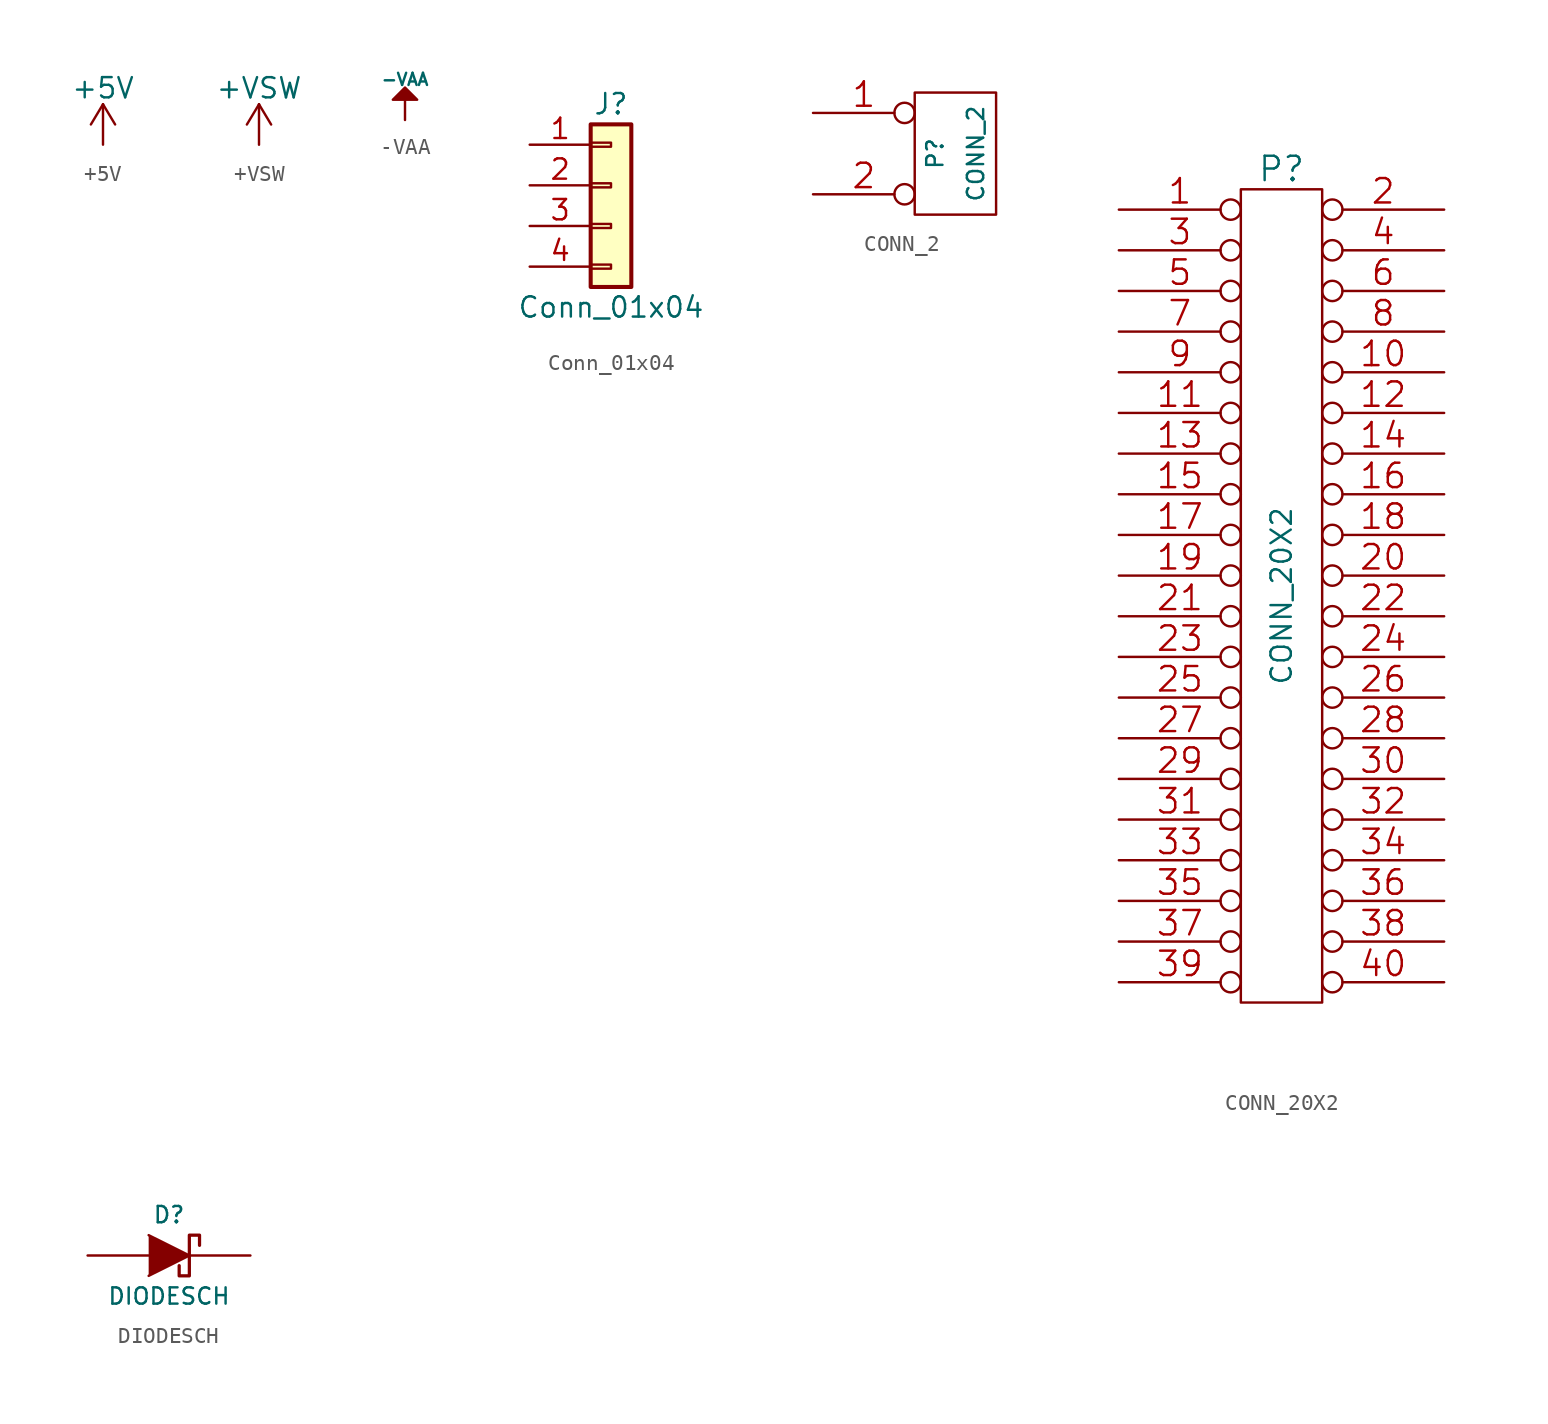
<source format=kicad_sym>
(kicad_symbol_lib
  (version 20210619)
  (generator kicad_symbol_editor)
  (symbol "tinkerforge:+5V"
    (power)
    (pin_names
      (offset 0))
    (property "Reference" "#PWR"
      (at 0 -3.81 0)
      (effects (font (size 1.27 1.27)) hide))
    (property "Value" "+5V"
      (at 0 3.556 0)
      (effects (font (size 1.27 1.27))))
    (property "Footprint" ""
      (at 0 0 0)
      (effects (font (size 1.27 1.27))))
    (property "Datasheet" ""
      (at 0 0 0)
      (effects (font (size 1.27 1.27))))
    (symbol "+5V_0_1"
      (polyline (pts (xy -0.762 1.27) (xy 0 2.54)) (stroke (width 0)) (fill (type none)))
      (polyline (pts (xy 0 0) (xy 0 2.54)) (stroke (width 0)) (fill (type none)))
      (polyline (pts (xy 0 2.54) (xy 0.762 1.27)) (stroke (width 0)) (fill (type none))))
    (symbol "+5V_1_1"
      (pin power_in line (at 0 0 90) (length 0) hide (name "+5V" (effects (font (size 1.27 1.27)))) (number "1" (effects (font (size 1.27 1.27)))))))
  (symbol "tinkerforge:+VSW"
    (power)
    (pin_names
      (offset 0))
    (property "Reference" "#PWR"
      (at 0 -3.81 0)
      (effects (font (size 1.27 1.27)) hide))
    (property "Value" "+VSW"
      (at 0 3.556 0)
      (effects (font (size 1.27 1.27))))
    (symbol "+VSW_0_1"
      (polyline (pts (xy -0.762 1.27) (xy 0 2.54)) (stroke (width 0)) (fill (type none)))
      (polyline (pts (xy 0 0) (xy 0 2.54)) (stroke (width 0)) (fill (type none)))
      (polyline (pts (xy 0 2.54) (xy 0.762 1.27)) (stroke (width 0)) (fill (type none))))
    (symbol "+VSW_1_1"
      (pin power_in line (at 0 0 90) (length 0) hide (name "+VSW" (effects (font (size 1.27 1.27)))) (number "1" (effects (font (size 1.27 1.27)))))))
  (symbol "tinkerforge:-VAA"
    (power)
    (pin_names
      (offset 0))
    (property "Reference" "#PWR"
      (at 0 2.54 0)
      (effects (font (size 0.508 0.508)) hide))
    (property "Value" "-VAA"
      (at 0 2.54 0)
      (effects (font (size 0.762 0.762))))
    (property "Footprint" ""
      (at 0 0 0)
      (effects (font (size 1.524 1.524))))
    (property "Datasheet" ""
      (at 0 0 0)
      (effects (font (size 1.524 1.524))))
    (symbol "-VAA_0_0"
      (pin power_in line (at 0 0 90) (length 0) hide (name "-VAA" (effects (font (size 0.508 0.508)))) (number "1" (effects (font (size 0.508 0.508))))))
    (symbol "-VAA_0_1"
      (polyline (pts (xy 0 0) (xy 0 1.27) (xy 0 1.27)) (stroke (width 0)) (fill (type none)))
      (polyline (pts (xy 0 2.032) (xy 0.762 1.27) (xy -0.508 1.27) (xy -0.762 1.27) (xy 0 2.032) (xy 0 2.032) (xy 0 2.032)) (stroke (width 0)) (fill (type outline)))))
  (symbol "tinkerforge:Conn_01x04"
    (pin_names
      (offset 1.016) hide)
    (property "Reference" "J"
      (at 0 5.08 0)
      (effects (font (size 1.27 1.27))))
    (property "Value" "Conn_01x04"
      (at 0 -7.62 0)
      (effects (font (size 1.27 1.27))))
    (symbol "Conn_01x04_1_1"
      (rectangle (start -1.27 -4.953) (end 0 -5.207) (stroke (width 0.152)) (fill (type none)))
      (rectangle (start -1.27 -2.413) (end 0 -2.667) (stroke (width 0.152)) (fill (type none)))
      (rectangle (start -1.27 0.127) (end 0 -0.127) (stroke (width 0.152)) (fill (type none)))
      (rectangle (start -1.27 2.667) (end 0 2.413) (stroke (width 0.152)) (fill (type none)))
      (rectangle (start -1.27 3.81) (end 1.27 -6.35) (stroke (width 0.254)) (fill (type background)))
      (pin passive line (at -5.08 2.54 0) (length 3.81) (name "Pin_1" (effects (font (size 1.27 1.27)))) (number "1" (effects (font (size 1.27 1.27)))))
      (pin passive line (at -5.08 0 0) (length 3.81) (name "Pin_2" (effects (font (size 1.27 1.27)))) (number "2" (effects (font (size 1.27 1.27)))))
      (pin passive line (at -5.08 -2.54 0) (length 3.81) (name "Pin_3" (effects (font (size 1.27 1.27)))) (number "3" (effects (font (size 1.27 1.27)))))
      (pin passive line (at -5.08 -5.08 0) (length 3.81) (name "Pin_4" (effects (font (size 1.27 1.27)))) (number "4" (effects (font (size 1.27 1.27)))))))
  (symbol "tinkerforge:CONN_2"
    (pin_names
      (offset 1.016) hide)
    (property "Reference" "P"
      (at -1.27 0 90)
      (effects (font (size 1.016 1.016))))
    (property "Value" "CONN_2"
      (at 1.27 0 90)
      (effects (font (size 1.016 1.016))))
    (property "Footprint" ""
      (at 0 0 0)
      (effects (font (size 1.524 1.524))))
    (property "Datasheet" ""
      (at 0 0 0)
      (effects (font (size 1.524 1.524))))
    (symbol "CONN_2_0_1"
      (rectangle (start -2.54 3.81) (end 2.54 -3.81) (stroke (width 0)) (fill (type none))))
    (symbol "CONN_2_1_1"
      (pin passive inverted (at -8.89 2.54 0) (length 6.35) (name "P1" (effects (font (size 1.524 1.524)))) (number "1" (effects (font (size 1.524 1.524)))))
      (pin passive inverted (at -8.89 -2.54 0) (length 6.35) (name "PM" (effects (font (size 1.524 1.524)))) (number "2" (effects (font (size 1.524 1.524)))))))
  (symbol "tinkerforge:CONN_20X2"
    (pin_names
      (offset 0.254) hide)
    (property "Reference" "P"
      (at 0 26.67 0)
      (effects (font (size 1.524 1.524))))
    (property "Value" "CONN_20X2"
      (at 0 0 90)
      (effects (font (size 1.27 1.27))))
    (property "Footprint" ""
      (at 0 0 0)
      (effects (font (size 1.524 1.524))))
    (property "Datasheet" ""
      (at 0 0 0)
      (effects (font (size 1.524 1.524))))
    (symbol "CONN_20X2_0_1"
      (rectangle (start -2.54 25.4) (end 2.54 -25.4) (stroke (width 0)) (fill (type none))))
    (symbol "CONN_20X2_1_1"
      (pin passive inverted (at -10.16 24.13 0) (length 7.62) (name "P1" (effects (font (size 0.762 0.762)))) (number "1" (effects (font (size 1.524 1.524)))))
      (pin passive inverted (at 10.16 13.97 180) (length 7.62) (name "P10" (effects (font (size 0.762 0.762)))) (number "10" (effects (font (size 1.524 1.524)))))
      (pin passive inverted (at -10.16 11.43 0) (length 7.62) (name "P11" (effects (font (size 0.762 0.762)))) (number "11" (effects (font (size 1.524 1.524)))))
      (pin passive inverted (at 10.16 11.43 180) (length 7.62) (name "P12" (effects (font (size 0.762 0.762)))) (number "12" (effects (font (size 1.524 1.524)))))
      (pin passive inverted (at -10.16 8.89 0) (length 7.62) (name "P13" (effects (font (size 0.762 0.762)))) (number "13" (effects (font (size 1.524 1.524)))))
      (pin passive inverted (at 10.16 8.89 180) (length 7.62) (name "P14" (effects (font (size 0.762 0.762)))) (number "14" (effects (font (size 1.524 1.524)))))
      (pin passive inverted (at -10.16 6.35 0) (length 7.62) (name "P15" (effects (font (size 0.762 0.762)))) (number "15" (effects (font (size 1.524 1.524)))))
      (pin passive inverted (at 10.16 6.35 180) (length 7.62) (name "P16" (effects (font (size 0.762 0.762)))) (number "16" (effects (font (size 1.524 1.524)))))
      (pin passive inverted (at -10.16 3.81 0) (length 7.62) (name "P17" (effects (font (size 0.762 0.762)))) (number "17" (effects (font (size 1.524 1.524)))))
      (pin passive inverted (at 10.16 3.81 180) (length 7.62) (name "P18" (effects (font (size 0.762 0.762)))) (number "18" (effects (font (size 1.524 1.524)))))
      (pin passive inverted (at -10.16 1.27 0) (length 7.62) (name "P19" (effects (font (size 0.762 0.762)))) (number "19" (effects (font (size 1.524 1.524)))))
      (pin passive inverted (at 10.16 24.13 180) (length 7.62) (name "P2" (effects (font (size 0.762 0.762)))) (number "2" (effects (font (size 1.524 1.524)))))
      (pin passive inverted (at 10.16 1.27 180) (length 7.62) (name "P20" (effects (font (size 0.762 0.762)))) (number "20" (effects (font (size 1.524 1.524)))))
      (pin passive inverted (at -10.16 -1.27 0) (length 7.62) (name "P21" (effects (font (size 0.762 0.762)))) (number "21" (effects (font (size 1.524 1.524)))))
      (pin passive inverted (at 10.16 -1.27 180) (length 7.62) (name "P22" (effects (font (size 0.762 0.762)))) (number "22" (effects (font (size 1.524 1.524)))))
      (pin passive inverted (at -10.16 -3.81 0) (length 7.62) (name "P23" (effects (font (size 0.762 0.762)))) (number "23" (effects (font (size 1.524 1.524)))))
      (pin passive inverted (at 10.16 -3.81 180) (length 7.62) (name "P24" (effects (font (size 0.762 0.762)))) (number "24" (effects (font (size 1.524 1.524)))))
      (pin passive inverted (at -10.16 -6.35 0) (length 7.62) (name "~" (effects (font (size 0.762 0.762)))) (number "25" (effects (font (size 1.524 1.524)))))
      (pin passive inverted (at 10.16 -6.35 180) (length 7.62) (name "P26" (effects (font (size 0.762 0.762)))) (number "26" (effects (font (size 1.524 1.524)))))
      (pin passive inverted (at -10.16 -8.89 0) (length 7.62) (name "P27" (effects (font (size 0.762 0.762)))) (number "27" (effects (font (size 1.524 1.524)))))
      (pin passive inverted (at 10.16 -8.89 180) (length 7.62) (name "P28" (effects (font (size 0.762 0.762)))) (number "28" (effects (font (size 1.524 1.524)))))
      (pin passive inverted (at -10.16 -11.43 0) (length 7.62) (name "P29" (effects (font (size 0.762 0.762)))) (number "29" (effects (font (size 1.524 1.524)))))
      (pin passive inverted (at -10.16 21.59 0) (length 7.62) (name "P3" (effects (font (size 0.762 0.762)))) (number "3" (effects (font (size 1.524 1.524)))))
      (pin passive inverted (at 10.16 -11.43 180) (length 7.62) (name "P30" (effects (font (size 0.762 0.762)))) (number "30" (effects (font (size 1.524 1.524)))))
      (pin passive inverted (at -10.16 -13.97 0) (length 7.62) (name "P31" (effects (font (size 0.762 0.762)))) (number "31" (effects (font (size 1.524 1.524)))))
      (pin passive inverted (at 10.16 -13.97 180) (length 7.62) (name "P32" (effects (font (size 0.762 0.762)))) (number "32" (effects (font (size 1.524 1.524)))))
      (pin passive inverted (at -10.16 -16.51 0) (length 7.62) (name "P33" (effects (font (size 0.762 0.762)))) (number "33" (effects (font (size 1.524 1.524)))))
      (pin passive inverted (at 10.16 -16.51 180) (length 7.62) (name "P34" (effects (font (size 0.762 0.762)))) (number "34" (effects (font (size 1.524 1.524)))))
      (pin passive inverted (at -10.16 -19.05 0) (length 7.62) (name "P35" (effects (font (size 0.762 0.762)))) (number "35" (effects (font (size 1.524 1.524)))))
      (pin passive inverted (at 10.16 -19.05 180) (length 7.62) (name "P36" (effects (font (size 0.762 0.762)))) (number "36" (effects (font (size 1.524 1.524)))))
      (pin passive inverted (at -10.16 -21.59 0) (length 7.62) (name "P37" (effects (font (size 0.762 0.762)))) (number "37" (effects (font (size 1.524 1.524)))))
      (pin passive inverted (at 10.16 -21.59 180) (length 7.62) (name "P38" (effects (font (size 0.762 0.762)))) (number "38" (effects (font (size 1.524 1.524)))))
      (pin passive inverted (at -10.16 -24.13 0) (length 7.62) (name "P39" (effects (font (size 0.762 0.762)))) (number "39" (effects (font (size 1.524 1.524)))))
      (pin passive inverted (at 10.16 21.59 180) (length 7.62) (name "P4" (effects (font (size 0.762 0.762)))) (number "4" (effects (font (size 1.524 1.524)))))
      (pin passive inverted (at 10.16 -24.13 180) (length 7.62) (name "P40" (effects (font (size 0.762 0.762)))) (number "40" (effects (font (size 1.524 1.524)))))
      (pin passive inverted (at -10.16 19.05 0) (length 7.62) (name "P5" (effects (font (size 0.762 0.762)))) (number "5" (effects (font (size 1.524 1.524)))))
      (pin passive inverted (at 10.16 19.05 180) (length 7.62) (name "P6" (effects (font (size 0.762 0.762)))) (number "6" (effects (font (size 1.524 1.524)))))
      (pin passive inverted (at -10.16 16.51 0) (length 7.62) (name "P7" (effects (font (size 0.762 0.762)))) (number "7" (effects (font (size 1.524 1.524)))))
      (pin passive inverted (at 10.16 16.51 180) (length 7.62) (name "P8" (effects (font (size 0.762 0.762)))) (number "8" (effects (font (size 1.524 1.524)))))
      (pin passive inverted (at -10.16 13.97 0) (length 7.62) (name "P9" (effects (font (size 0.762 0.762)))) (number "9" (effects (font (size 1.524 1.524)))))))
  (symbol "tinkerforge:DIODESCH"
    (pin_numbers hide)
    (pin_names
      (offset 1.016) hide)
    (property "Reference" "D"
      (at 0 2.54 0)
      (effects (font (size 1.016 1.016))))
    (property "Value" "DIODESCH"
      (at 0 -2.54 0)
      (effects (font (size 1.016 1.016))))
    (property "Footprint" ""
      (at 0 0 0)
      (effects (font (size 1.524 1.524))))
    (property "Datasheet" ""
      (at 0 0 0)
      (effects (font (size 1.524 1.524))))
    (symbol "DIODESCH_0_1"
      (polyline (pts (xy 1.905 0.635) (xy 1.905 1.27) (xy 1.27 1.27) (xy 1.27 -1.27) (xy 0.635 -1.27) (xy 0.635 -0.635)) (stroke (width 0.203)) (fill (type none)))
      (polyline (pts (xy -1.27 1.27) (xy 1.27 0) (xy -1.27 -1.27)) (stroke (width 0)) (fill (type outline))))
    (symbol "DIODESCH_1_1"
      (pin passive line (at -5.08 0 0) (length 3.81) (name "A" (effects (font (size 1.016 1.016)))) (number "1" (effects (font (size 1.016 1.016)))))
      (pin passive line (at 5.08 0 180) (length 3.81) (name "K" (effects (font (size 1.016 1.016)))) (number "2" (effects (font (size 1.016 1.016))))))))
</source>
